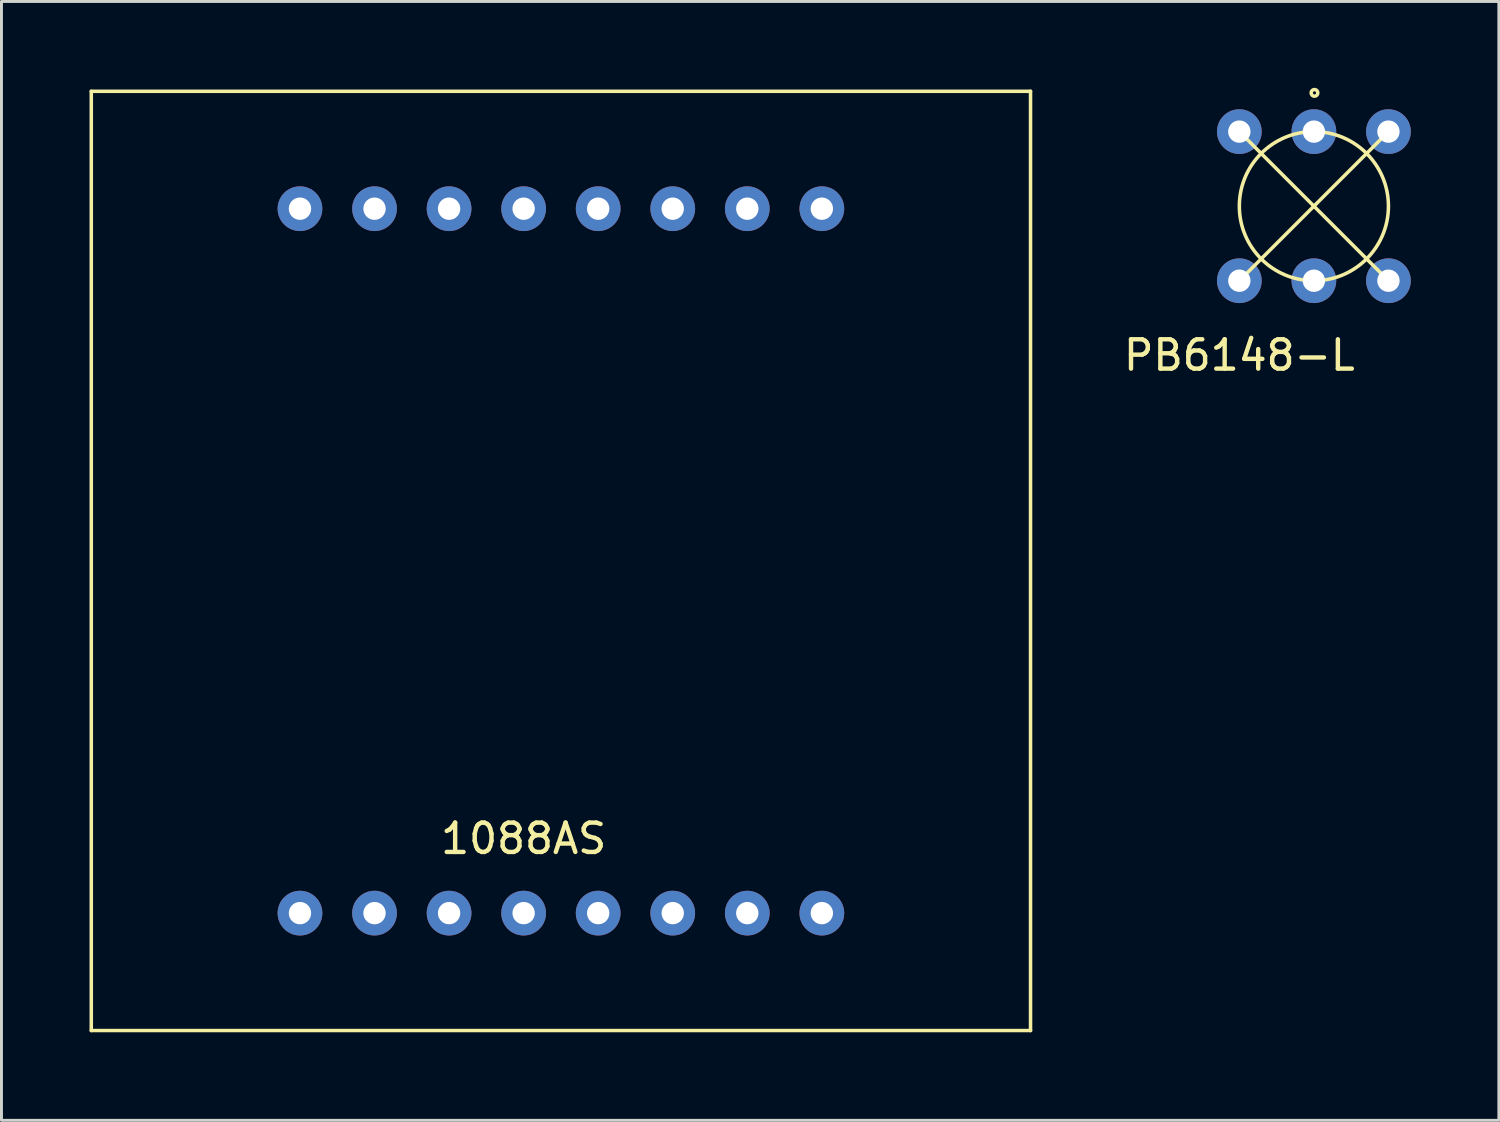
<source format=kicad_pcb>
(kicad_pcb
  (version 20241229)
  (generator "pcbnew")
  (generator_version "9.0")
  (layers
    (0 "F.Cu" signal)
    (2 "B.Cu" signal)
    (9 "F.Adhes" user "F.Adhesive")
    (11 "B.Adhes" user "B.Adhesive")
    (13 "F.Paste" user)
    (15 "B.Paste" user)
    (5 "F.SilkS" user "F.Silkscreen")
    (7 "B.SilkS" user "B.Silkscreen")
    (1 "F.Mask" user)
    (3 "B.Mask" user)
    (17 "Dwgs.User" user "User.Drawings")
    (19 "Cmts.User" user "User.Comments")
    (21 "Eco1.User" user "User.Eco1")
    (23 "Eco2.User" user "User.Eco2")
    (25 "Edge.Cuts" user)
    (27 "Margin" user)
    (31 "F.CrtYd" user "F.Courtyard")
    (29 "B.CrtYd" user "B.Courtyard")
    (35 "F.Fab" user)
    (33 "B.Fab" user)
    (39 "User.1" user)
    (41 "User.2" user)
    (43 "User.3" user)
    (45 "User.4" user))
  (footprint "1088AS"
    (layer "F.Cu")
    (at 16.06 16.06)
    (property "Reference" "1088AS" (at -1.27 9.46 0) (layer "F.SilkS") (effects (font (size 1 1) (thickness 0.15))))
    (attr through_hole)
    (fp_line (start -16 -16) (end 16 -16) (stroke (width 0.12) (type solid)) (layer "F.SilkS"))
    (fp_line (start -16 16) (end -16 -16) (stroke (width 0.12) (type solid)) (layer "F.SilkS"))
    (fp_line (start 16 -16) (end 16 16) (stroke (width 0.12) (type solid)) (layer "F.SilkS"))
    (fp_line (start 16 16) (end -16 16) (stroke (width 0.12) (type solid)) (layer "F.SilkS"))
    (pad "1" thru_hole circle (at -8.89 12) (size 1.524 1.524) (drill 0.762) (layers "*.Cu" "*.Mask"))
    (pad "2" thru_hole circle (at -6.35 12) (size 1.524 1.524) (drill 0.762) (layers "*.Cu" "*.Mask"))
    (pad "3" thru_hole circle (at -3.81 12) (size 1.524 1.524) (drill 0.762) (layers "*.Cu" "*.Mask"))
    (pad "4" thru_hole circle (at -1.27 12) (size 1.524 1.524) (drill 0.762) (layers "*.Cu" "*.Mask"))
    (pad "5" thru_hole circle (at 1.27 12) (size 1.524 1.524) (drill 0.762) (layers "*.Cu" "*.Mask"))
    (pad "6" thru_hole circle (at 3.81 12) (size 1.524 1.524) (drill 0.762) (layers "*.Cu" "*.Mask"))
    (pad "7" thru_hole circle (at 6.35 12) (size 1.524 1.524) (drill 0.762) (layers "*.Cu" "*.Mask"))
    (pad "8" thru_hole circle (at 8.89 12) (size 1.524 1.524) (drill 0.762) (layers "*.Cu" "*.Mask"))
    (pad "9" thru_hole circle (at 8.89 -12) (size 1.524 1.524) (drill 0.762) (layers "*.Cu" "*.Mask"))
    (pad "10" thru_hole circle (at 6.35 -12) (size 1.524 1.524) (drill 0.762) (layers "*.Cu" "*.Mask"))
    (pad "11" thru_hole circle (at 3.81 -12) (size 1.524 1.524) (drill 0.762) (layers "*.Cu" "*.Mask"))
    (pad "12" thru_hole circle (at 1.27 -12) (size 1.524 1.524) (drill 0.762) (layers "*.Cu" "*.Mask"))
    (pad "13" thru_hole circle (at -1.27 -12) (size 1.524 1.524) (drill 0.762) (layers "*.Cu" "*.Mask"))
    (pad "14" thru_hole circle (at -3.81 -12) (size 1.524 1.524) (drill 0.762) (layers "*.Cu" "*.Mask"))
    (pad "15" thru_hole circle (at -6.35 -12) (size 1.524 1.524) (drill 0.762) (layers "*.Cu" "*.Mask"))
    (pad "16" thru_hole circle (at -8.89 -12) (size 1.524 1.524) (drill 0.762) (layers "*.Cu" "*.Mask")))
  (footprint "PB6148-L"
    (layer "F.Cu")
    (at 41.714 3.974)
    (property "Reference" "PB6148-L" (at -2.54 5.08 0) (layer "F.SilkS") (effects (font (size 1 1) (thickness 0.15))))
    (attr through_hole)
    (fp_line (start -2.54 2.54) (end 2.54 -2.54) (stroke (width 0.12) (type solid)) (layer "F.SilkS"))
    (fp_line (start 2.54 2.54) (end -2.54 -2.54) (stroke (width 0.12) (type solid)) (layer "F.SilkS"))
    (fp_circle (center 0 0) (end 2.54 0) (stroke (width 0.12) (type solid)) (fill no) (layer "F.SilkS"))
    (fp_circle (center 0.02 -3.86) (end 0.04 -3.91) (stroke (width 0.12) (type solid)) (fill no) (layer "F.SilkS"))
    (pad "1" thru_hole circle (at -2.54 2.54) (size 1.524 1.524) (drill 0.762) (layers "*.Cu" "*.Mask"))
    (pad "2" thru_hole circle (at 0 2.54) (size 1.524 1.524) (drill 0.762) (layers "*.Cu" "*.Mask"))
    (pad "3" thru_hole circle (at 2.54 2.54) (size 1.524 1.524) (drill 0.762) (layers "*.Cu" "*.Mask"))
    (pad "4" thru_hole circle (at 2.54 -2.54) (size 1.524 1.524) (drill 0.762) (layers "*.Cu" "*.Mask"))
    (pad "5" thru_hole circle (at 0 -2.54) (size 1.524 1.524) (drill 0.762) (layers "*.Cu" "*.Mask"))
    (pad "6" thru_hole circle (at -2.54 -2.54) (size 1.524 1.524) (drill 0.762) (layers "*.Cu" "*.Mask")))
  (gr_rect
    (start -3 -3)
    (end 48.016 35.12)
    (stroke (width 0.1) (type default))
    (fill no)
    (layer "Edge.Cuts")))
</source>
